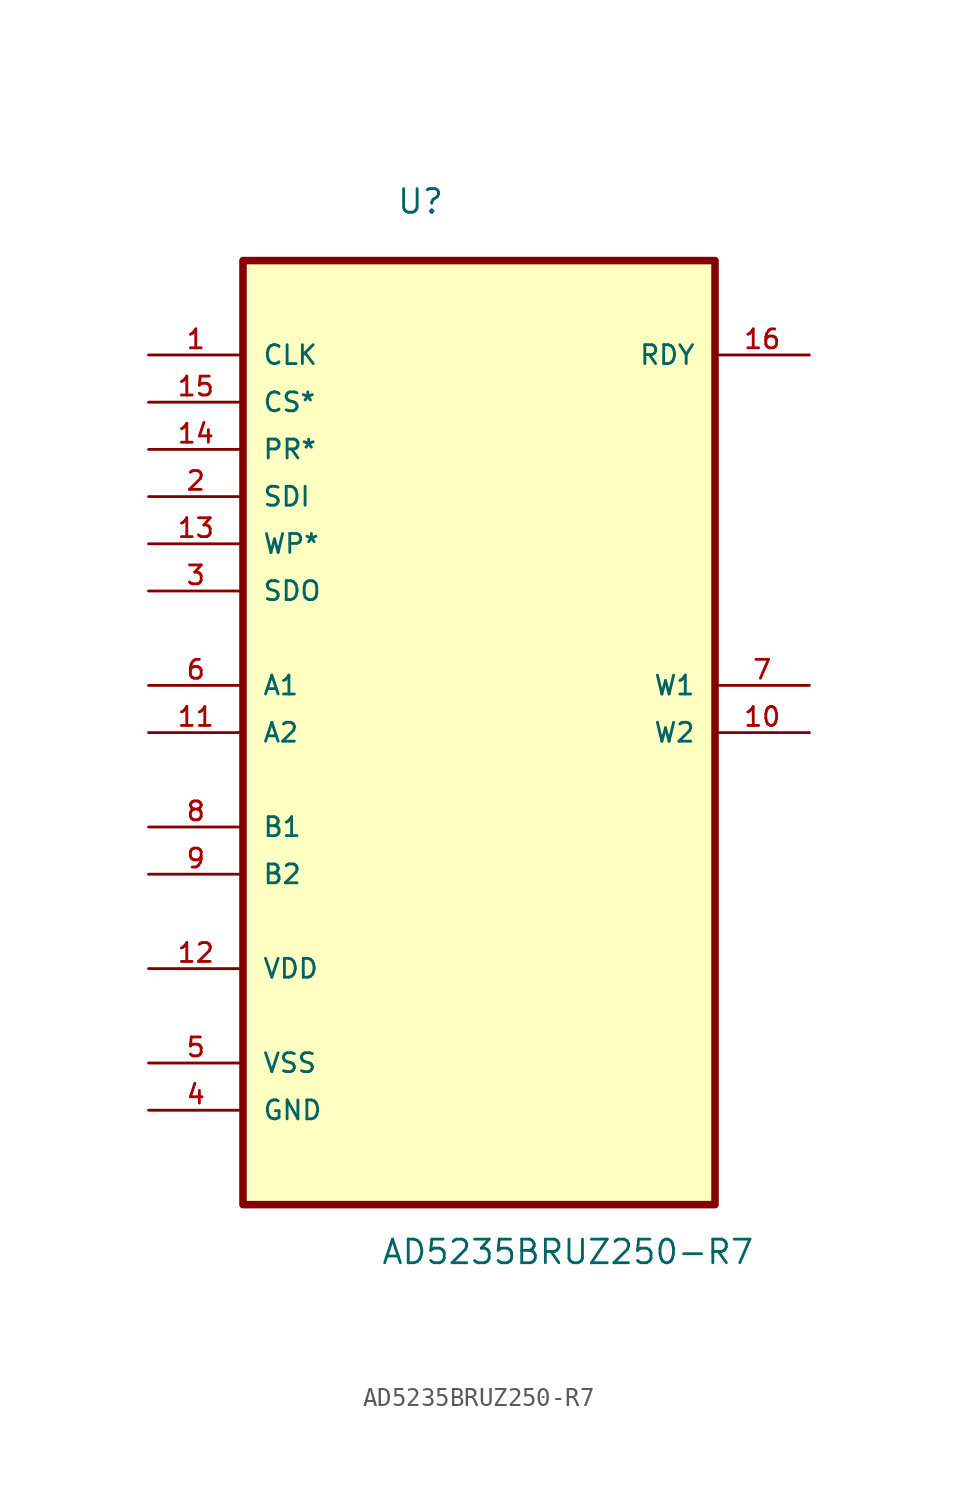
<source format=kicad_sym>
(kicad_symbol_lib
  (version 20211014)
  (generator kicad_symbol_editor)
  (symbol "AD5235BRUZ250-R7"
    (pin_names
      (offset 1.016))
    (property "Reference" "U"
      (at -4.458 25.298 0.0)
      (effects (font (size 1.27 1.27)) (justify bottom left)))
    (property "Value" "AD5235BRUZ250-R7"
      (at -5.298 -31.23 0.0)
      (effects (font (size 1.27 1.27)) (justify bottom left)))
    (symbol "AD5235BRUZ250-R7_0_0"
      (rectangle (start -12.7 -27.94) (end 12.7 22.86) (stroke (width 0.406)) (fill (type background)))
      (pin passive line (at -17.78 17.78 0) (length 5.08) (name "CLK" (effects (font (size 1.016 1.016)))) (number "1" (effects (font (size 1.016 1.016)))))
      (pin passive line (at -17.78 15.24 0) (length 5.08) (name "CS*" (effects (font (size 1.016 1.016)))) (number "15" (effects (font (size 1.016 1.016)))))
      (pin passive line (at -17.78 12.7 0) (length 5.08) (name "PR*" (effects (font (size 1.016 1.016)))) (number "14" (effects (font (size 1.016 1.016)))))
      (pin passive line (at -17.78 10.16 0) (length 5.08) (name "SDI" (effects (font (size 1.016 1.016)))) (number "2" (effects (font (size 1.016 1.016)))))
      (pin passive line (at -17.78 7.62 0) (length 5.08) (name "WP*" (effects (font (size 1.016 1.016)))) (number "13" (effects (font (size 1.016 1.016)))))
      (pin passive line (at -17.78 5.08 0) (length 5.08) (name "SDO" (effects (font (size 1.016 1.016)))) (number "3" (effects (font (size 1.016 1.016)))))
      (pin passive line (at -17.78 0.0 0) (length 5.08) (name "A1" (effects (font (size 1.016 1.016)))) (number "6" (effects (font (size 1.016 1.016)))))
      (pin passive line (at -17.78 -2.54 0) (length 5.08) (name "A2" (effects (font (size 1.016 1.016)))) (number "11" (effects (font (size 1.016 1.016)))))
      (pin passive line (at -17.78 -7.62 0) (length 5.08) (name "B1" (effects (font (size 1.016 1.016)))) (number "8" (effects (font (size 1.016 1.016)))))
      (pin passive line (at -17.78 -10.16 0) (length 5.08) (name "B2" (effects (font (size 1.016 1.016)))) (number "9" (effects (font (size 1.016 1.016)))))
      (pin power_in line (at -17.78 -15.24 0) (length 5.08) (name "VDD" (effects (font (size 1.016 1.016)))) (number "12" (effects (font (size 1.016 1.016)))))
      (pin power_in line (at -17.78 -20.32 0) (length 5.08) (name "VSS" (effects (font (size 1.016 1.016)))) (number "5" (effects (font (size 1.016 1.016)))))
      (pin passive line (at -17.78 -22.86 0) (length 5.08) (name "GND" (effects (font (size 1.016 1.016)))) (number "4" (effects (font (size 1.016 1.016)))))
      (pin passive line (at 17.78 17.78 180.0) (length 5.08) (name "RDY" (effects (font (size 1.016 1.016)))) (number "16" (effects (font (size 1.016 1.016)))))
      (pin passive line (at 17.78 0.0 180.0) (length 5.08) (name "W1" (effects (font (size 1.016 1.016)))) (number "7" (effects (font (size 1.016 1.016)))))
      (pin passive line (at 17.78 -2.54 180.0) (length 5.08) (name "W2" (effects (font (size 1.016 1.016)))) (number "10" (effects (font (size 1.016 1.016))))))))
</source>
